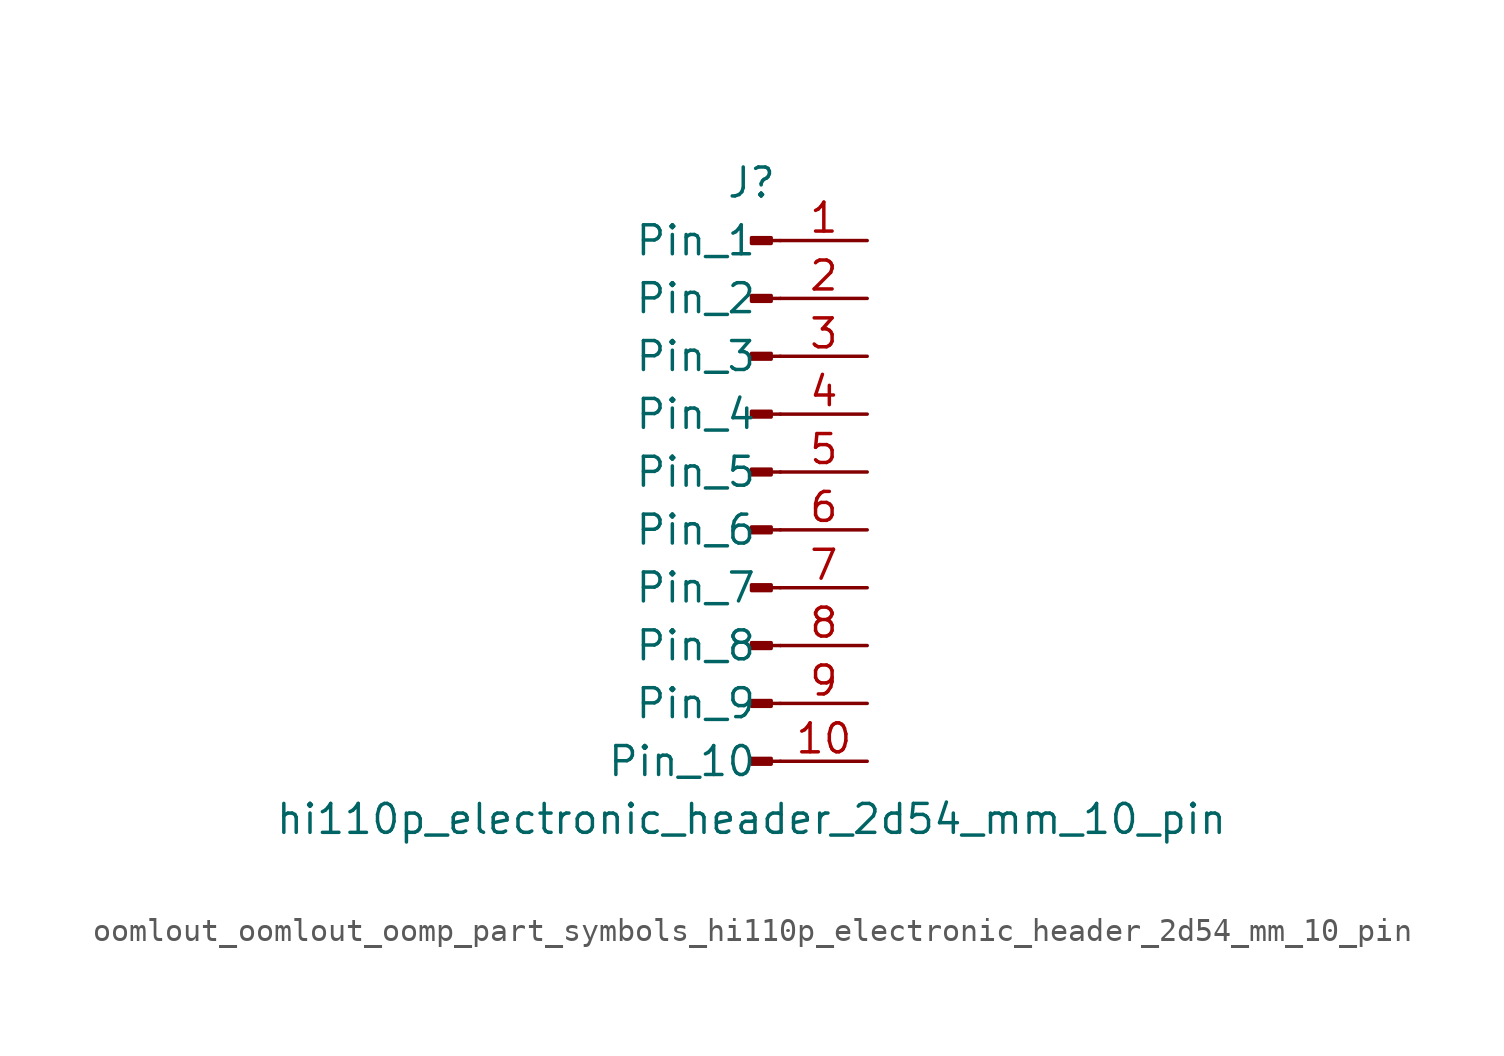
<source format=kicad_sym>
(kicad_symbol_lib
  (version 20220914)
  (generator kicad_symbol_editor)
  (symbol "oomlout_oomlout_oomp_part_symbols_hi110p_electronic_header_2d54_mm_10_pin"
    (pin_names
      (offset 1.016))
    (property "Reference" "J"
      (at 0 12.7 0)
      (effects (font (size 1.27 1.27))))
    (property "Value" "hi110p_electronic_header_2d54_mm_10_pin"
      (at 0 -15.24 0)
      (effects (font (size 1.27 1.27))))
    (property "ki_locked" ""
      (at 0 0 0)
      (effects (font (size 1.27 1.27))))
    (symbol "oomlout_oomlout_oomp_part_symbols_hi110p_electronic_header_2d54_mm_10_pin_1_1"
      (polyline (pts (xy 1.27 -12.7) (xy 0.864 -12.7)) (stroke (width 0.152) (type default)) (fill (type none)))
      (polyline (pts (xy 1.27 -10.16) (xy 0.864 -10.16)) (stroke (width 0.152) (type default)) (fill (type none)))
      (polyline (pts (xy 1.27 -7.62) (xy 0.864 -7.62)) (stroke (width 0.152) (type default)) (fill (type none)))
      (polyline (pts (xy 1.27 -5.08) (xy 0.864 -5.08)) (stroke (width 0.152) (type default)) (fill (type none)))
      (polyline (pts (xy 1.27 -2.54) (xy 0.864 -2.54)) (stroke (width 0.152) (type default)) (fill (type none)))
      (polyline (pts (xy 1.27 0) (xy 0.864 0)) (stroke (width 0.152) (type default)) (fill (type none)))
      (polyline (pts (xy 1.27 2.54) (xy 0.864 2.54)) (stroke (width 0.152) (type default)) (fill (type none)))
      (polyline (pts (xy 1.27 5.08) (xy 0.864 5.08)) (stroke (width 0.152) (type default)) (fill (type none)))
      (polyline (pts (xy 1.27 7.62) (xy 0.864 7.62)) (stroke (width 0.152) (type default)) (fill (type none)))
      (polyline (pts (xy 1.27 10.16) (xy 0.864 10.16)) (stroke (width 0.152) (type default)) (fill (type none)))
      (rectangle (start 0.864 -12.573) (end 0 -12.827) (stroke (width 0.152) (type default)) (fill (type outline)))
      (rectangle (start 0.864 -10.033) (end 0 -10.287) (stroke (width 0.152) (type default)) (fill (type outline)))
      (rectangle (start 0.864 -7.493) (end 0 -7.747) (stroke (width 0.152) (type default)) (fill (type outline)))
      (rectangle (start 0.864 -4.953) (end 0 -5.207) (stroke (width 0.152) (type default)) (fill (type outline)))
      (rectangle (start 0.864 -2.413) (end 0 -2.667) (stroke (width 0.152) (type default)) (fill (type outline)))
      (rectangle (start 0.864 0.127) (end 0 -0.127) (stroke (width 0.152) (type default)) (fill (type outline)))
      (rectangle (start 0.864 2.667) (end 0 2.413) (stroke (width 0.152) (type default)) (fill (type outline)))
      (rectangle (start 0.864 5.207) (end 0 4.953) (stroke (width 0.152) (type default)) (fill (type outline)))
      (rectangle (start 0.864 7.747) (end 0 7.493) (stroke (width 0.152) (type default)) (fill (type outline)))
      (rectangle (start 0.864 10.287) (end 0 10.033) (stroke (width 0.152) (type default)) (fill (type outline)))
      (pin passive line (at 5.08 10.16 180) (length 3.81) (name "Pin_1" (effects (font (size 1.27 1.27)))) (number "1" (effects (font (size 1.27 1.27)))))
      (pin passive line (at 5.08 -12.7 180) (length 3.81) (name "Pin_10" (effects (font (size 1.27 1.27)))) (number "10" (effects (font (size 1.27 1.27)))))
      (pin passive line (at 5.08 7.62 180) (length 3.81) (name "Pin_2" (effects (font (size 1.27 1.27)))) (number "2" (effects (font (size 1.27 1.27)))))
      (pin passive line (at 5.08 5.08 180) (length 3.81) (name "Pin_3" (effects (font (size 1.27 1.27)))) (number "3" (effects (font (size 1.27 1.27)))))
      (pin passive line (at 5.08 2.54 180) (length 3.81) (name "Pin_4" (effects (font (size 1.27 1.27)))) (number "4" (effects (font (size 1.27 1.27)))))
      (pin passive line (at 5.08 0 180) (length 3.81) (name "Pin_5" (effects (font (size 1.27 1.27)))) (number "5" (effects (font (size 1.27 1.27)))))
      (pin passive line (at 5.08 -2.54 180) (length 3.81) (name "Pin_6" (effects (font (size 1.27 1.27)))) (number "6" (effects (font (size 1.27 1.27)))))
      (pin passive line (at 5.08 -5.08 180) (length 3.81) (name "Pin_7" (effects (font (size 1.27 1.27)))) (number "7" (effects (font (size 1.27 1.27)))))
      (pin passive line (at 5.08 -7.62 180) (length 3.81) (name "Pin_8" (effects (font (size 1.27 1.27)))) (number "8" (effects (font (size 1.27 1.27)))))
      (pin passive line (at 5.08 -10.16 180) (length 3.81) (name "Pin_9" (effects (font (size 1.27 1.27)))) (number "9" (effects (font (size 1.27 1.27))))))))
</source>
